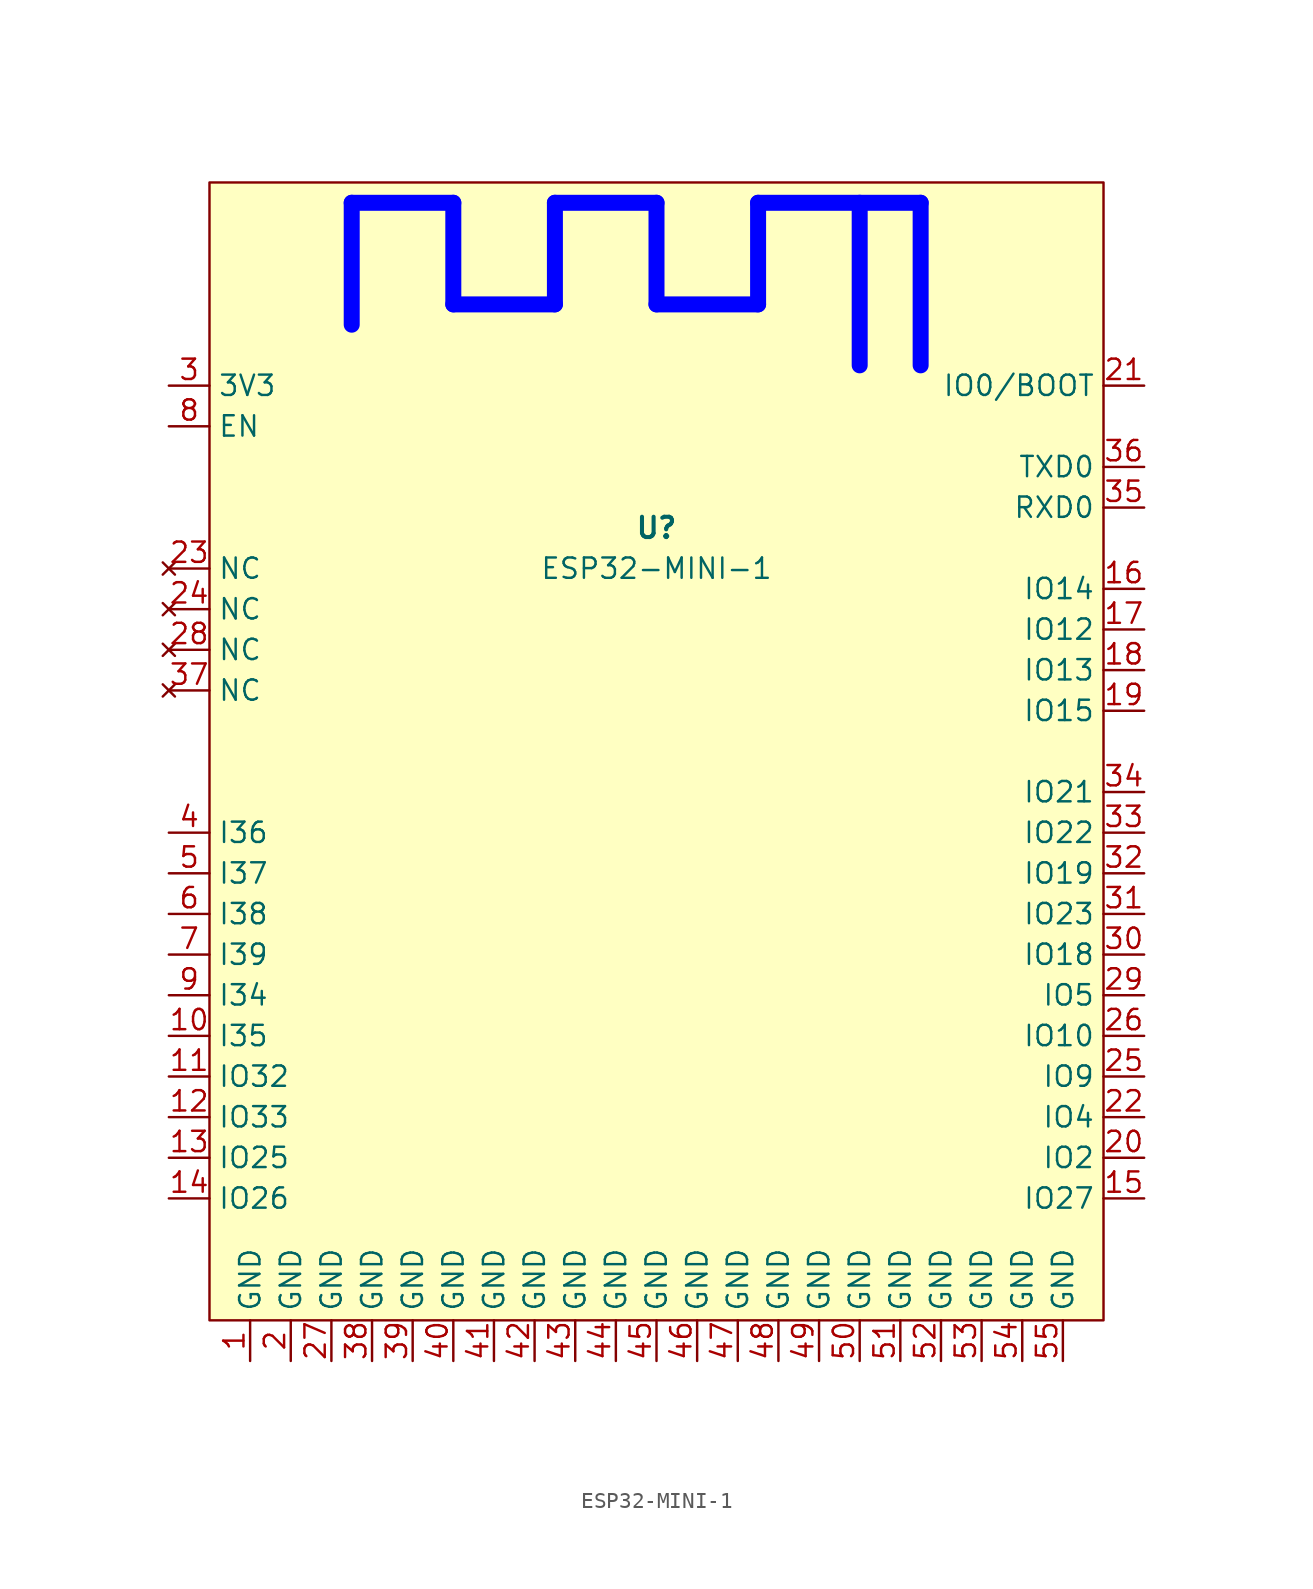
<source format=kicad_sym>
(kicad_symbol_lib
  (version 20231120)
  (generator "kicad_symbol_editor")
  (generator_version "8.0")
  (symbol "ESP32-MINI-1"
    (property "Reference" "U"
      (at 0 13.97 0)
      (effects (font (size 1.27 1.27) (bold yes))))
    (property "Value" "ESP32-MINI-1"
      (at 0 11.43 0)
      (effects (font (size 1.27 1.27))))
    (symbol "ESP32-MINI-1_0_1"
      (polyline (pts (xy -19.05 34.29) (xy -19.05 26.67)) (stroke (width 1) (type default) (color 0 0 255 1)) (fill (type none)))
      (polyline (pts (xy -12.7 27.94) (xy -12.7 34.29)) (stroke (width 1) (type default) (color 0 0 255 1)) (fill (type none)))
      (polyline (pts (xy -12.7 34.29) (xy -19.05 34.29)) (stroke (width 1) (type default) (color 0 0 255 1)) (fill (type none)))
      (polyline (pts (xy -6.35 27.94) (xy -12.7 27.94)) (stroke (width 1) (type default) (color 0 0 255 1)) (fill (type none)))
      (polyline (pts (xy -6.35 34.29) (xy -6.35 27.94)) (stroke (width 1) (type default) (color 0 0 255 1)) (fill (type none)))
      (polyline (pts (xy 0 34.29) (xy -6.35 34.29)) (stroke (width 1) (type default) (color 0 0 255 1)) (fill (type none)))
      (polyline (pts (xy 0 34.29) (xy 0 27.94)) (stroke (width 1) (type default) (color 0 0 255 1)) (fill (type none)))
      (polyline (pts (xy 6.35 27.94) (xy 0 27.94)) (stroke (width 1) (type default) (color 0 0 255 1)) (fill (type none)))
      (polyline (pts (xy 6.35 34.29) (xy 6.35 27.94)) (stroke (width 1) (type default) (color 0 0 255 1)) (fill (type none)))
      (polyline (pts (xy 12.7 24.13) (xy 12.7 34.29)) (stroke (width 1) (type default) (color 0 0 255 1)) (fill (type none)))
      (polyline (pts (xy 16.51 24.13) (xy 16.51 34.29)) (stroke (width 1) (type default) (color 0 0 255 1)) (fill (type none)))
      (polyline (pts (xy 16.51 34.29) (xy 6.35 34.29)) (stroke (width 1) (type default) (color 0 0 255 1)) (fill (type none))))
    (symbol "ESP32-MINI-1_1_1"
      (rectangle (start -27.94 35.56) (end 27.94 -35.56) (stroke (width 0) (type default)) (fill (type background)))
      (pin power_in line (at -25.4 -38.1 90) (length 2.54) (name "GND" (effects (font (size 1.27 1.27)))) (number "1" (effects (font (size 1.27 1.27)))))
      (pin input line (at -30.48 -17.78 0) (length 2.54) (name "I35" (effects (font (size 1.27 1.27)))) (number "10" (effects (font (size 1.27 1.27)))))
      (pin bidirectional line (at -30.48 -20.32 0) (length 2.54) (name "IO32" (effects (font (size 1.27 1.27)))) (number "11" (effects (font (size 1.27 1.27)))))
      (pin bidirectional line (at -30.48 -22.86 0) (length 2.54) (name "IO33" (effects (font (size 1.27 1.27)))) (number "12" (effects (font (size 1.27 1.27)))))
      (pin bidirectional line (at -30.48 -25.4 0) (length 2.54) (name "IO25" (effects (font (size 1.27 1.27)))) (number "13" (effects (font (size 1.27 1.27)))))
      (pin bidirectional line (at -30.48 -27.94 0) (length 2.54) (name "IO26" (effects (font (size 1.27 1.27)))) (number "14" (effects (font (size 1.27 1.27)))))
      (pin bidirectional line (at 30.48 -27.94 180) (length 2.54) (name "IO27" (effects (font (size 1.27 1.27)))) (number "15" (effects (font (size 1.27 1.27)))))
      (pin bidirectional line (at 30.48 10.16 180) (length 2.54) (name "IO14" (effects (font (size 1.27 1.27)))) (number "16" (effects (font (size 1.27 1.27)))))
      (pin bidirectional line (at 30.48 7.62 180) (length 2.54) (name "IO12" (effects (font (size 1.27 1.27)))) (number "17" (effects (font (size 1.27 1.27)))))
      (pin bidirectional line (at 30.48 5.08 180) (length 2.54) (name "IO13" (effects (font (size 1.27 1.27)))) (number "18" (effects (font (size 1.27 1.27)))))
      (pin bidirectional line (at 30.48 2.54 180) (length 2.54) (name "IO15" (effects (font (size 1.27 1.27)))) (number "19" (effects (font (size 1.27 1.27)))))
      (pin power_in line (at -22.86 -38.1 90) (length 2.54) (name "GND" (effects (font (size 1.27 1.27)))) (number "2" (effects (font (size 1.27 1.27)))))
      (pin bidirectional line (at 30.48 -25.4 180) (length 2.54) (name "IO2" (effects (font (size 1.27 1.27)))) (number "20" (effects (font (size 1.27 1.27)))))
      (pin bidirectional line (at 30.48 22.86 180) (length 2.54) (name "IO0/BOOT" (effects (font (size 1.27 1.27)))) (number "21" (effects (font (size 1.27 1.27)))))
      (pin bidirectional line (at 30.48 -22.86 180) (length 2.54) (name "IO4" (effects (font (size 1.27 1.27)))) (number "22" (effects (font (size 1.27 1.27)))))
      (pin no_connect line (at -30.48 11.43 0) (length 2.54) (name "NC" (effects (font (size 1.27 1.27)))) (number "23" (effects (font (size 1.27 1.27)))))
      (pin no_connect line (at -30.48 8.89 0) (length 2.54) (name "NC" (effects (font (size 1.27 1.27)))) (number "24" (effects (font (size 1.27 1.27)))))
      (pin bidirectional line (at 30.48 -20.32 180) (length 2.54) (name "IO9" (effects (font (size 1.27 1.27)))) (number "25" (effects (font (size 1.27 1.27)))))
      (pin bidirectional line (at 30.48 -17.78 180) (length 2.54) (name "IO10" (effects (font (size 1.27 1.27)))) (number "26" (effects (font (size 1.27 1.27)))))
      (pin power_in line (at -20.32 -38.1 90) (length 2.54) (name "GND" (effects (font (size 1.27 1.27)))) (number "27" (effects (font (size 1.27 1.27)))))
      (pin no_connect line (at -30.48 6.35 0) (length 2.54) (name "NC" (effects (font (size 1.27 1.27)))) (number "28" (effects (font (size 1.27 1.27)))))
      (pin bidirectional line (at 30.48 -15.24 180) (length 2.54) (name "IO5" (effects (font (size 1.27 1.27)))) (number "29" (effects (font (size 1.27 1.27)))))
      (pin power_in line (at -30.48 22.86 0) (length 2.54) (name "3V3" (effects (font (size 1.27 1.27)))) (number "3" (effects (font (size 1.27 1.27)))))
      (pin bidirectional line (at 30.48 -12.7 180) (length 2.54) (name "IO18" (effects (font (size 1.27 1.27)))) (number "30" (effects (font (size 1.27 1.27)))))
      (pin bidirectional line (at 30.48 -10.16 180) (length 2.54) (name "IO23" (effects (font (size 1.27 1.27)))) (number "31" (effects (font (size 1.27 1.27)))))
      (pin bidirectional line (at 30.48 -7.62 180) (length 2.54) (name "IO19" (effects (font (size 1.27 1.27)))) (number "32" (effects (font (size 1.27 1.27)))))
      (pin bidirectional line (at 30.48 -5.08 180) (length 2.54) (name "IO22" (effects (font (size 1.27 1.27)))) (number "33" (effects (font (size 1.27 1.27)))))
      (pin bidirectional line (at 30.48 -2.54 180) (length 2.54) (name "IO21" (effects (font (size 1.27 1.27)))) (number "34" (effects (font (size 1.27 1.27)))))
      (pin bidirectional line (at 30.48 15.24 180) (length 2.54) (name "RXD0" (effects (font (size 1.27 1.27)))) (number "35" (effects (font (size 1.27 1.27)))))
      (pin bidirectional line (at 30.48 17.78 180) (length 2.54) (name "TXD0" (effects (font (size 1.27 1.27)))) (number "36" (effects (font (size 1.27 1.27)))))
      (pin no_connect line (at -30.48 3.81 0) (length 2.54) (name "NC" (effects (font (size 1.27 1.27)))) (number "37" (effects (font (size 1.27 1.27)))))
      (pin power_in line (at -17.78 -38.1 90) (length 2.54) (name "GND" (effects (font (size 1.27 1.27)))) (number "38" (effects (font (size 1.27 1.27)))))
      (pin power_in line (at -15.24 -38.1 90) (length 2.54) (name "GND" (effects (font (size 1.27 1.27)))) (number "39" (effects (font (size 1.27 1.27)))))
      (pin input line (at -30.48 -5.08 0) (length 2.54) (name "I36" (effects (font (size 1.27 1.27)))) (number "4" (effects (font (size 1.27 1.27)))))
      (pin power_in line (at -12.7 -38.1 90) (length 2.54) (name "GND" (effects (font (size 1.27 1.27)))) (number "40" (effects (font (size 1.27 1.27)))))
      (pin power_in line (at -10.16 -38.1 90) (length 2.54) (name "GND" (effects (font (size 1.27 1.27)))) (number "41" (effects (font (size 1.27 1.27)))))
      (pin power_in line (at -7.62 -38.1 90) (length 2.54) (name "GND" (effects (font (size 1.27 1.27)))) (number "42" (effects (font (size 1.27 1.27)))))
      (pin power_in line (at -5.08 -38.1 90) (length 2.54) (name "GND" (effects (font (size 1.27 1.27)))) (number "43" (effects (font (size 1.27 1.27)))))
      (pin power_in line (at -2.54 -38.1 90) (length 2.54) (name "GND" (effects (font (size 1.27 1.27)))) (number "44" (effects (font (size 1.27 1.27)))))
      (pin power_in line (at 0 -38.1 90) (length 2.54) (name "GND" (effects (font (size 1.27 1.27)))) (number "45" (effects (font (size 1.27 1.27)))))
      (pin power_in line (at 2.54 -38.1 90) (length 2.54) (name "GND" (effects (font (size 1.27 1.27)))) (number "46" (effects (font (size 1.27 1.27)))))
      (pin power_in line (at 5.08 -38.1 90) (length 2.54) (name "GND" (effects (font (size 1.27 1.27)))) (number "47" (effects (font (size 1.27 1.27)))))
      (pin power_in line (at 7.62 -38.1 90) (length 2.54) (name "GND" (effects (font (size 1.27 1.27)))) (number "48" (effects (font (size 1.27 1.27)))))
      (pin power_in line (at 10.16 -38.1 90) (length 2.54) (name "GND" (effects (font (size 1.27 1.27)))) (number "49" (effects (font (size 1.27 1.27)))))
      (pin input line (at -30.48 -7.62 0) (length 2.54) (name "I37" (effects (font (size 1.27 1.27)))) (number "5" (effects (font (size 1.27 1.27)))))
      (pin power_in line (at 12.7 -38.1 90) (length 2.54) (name "GND" (effects (font (size 1.27 1.27)))) (number "50" (effects (font (size 1.27 1.27)))))
      (pin power_in line (at 15.24 -38.1 90) (length 2.54) (name "GND" (effects (font (size 1.27 1.27)))) (number "51" (effects (font (size 1.27 1.27)))))
      (pin power_in line (at 17.78 -38.1 90) (length 2.54) (name "GND" (effects (font (size 1.27 1.27)))) (number "52" (effects (font (size 1.27 1.27)))))
      (pin power_in line (at 20.32 -38.1 90) (length 2.54) (name "GND" (effects (font (size 1.27 1.27)))) (number "53" (effects (font (size 1.27 1.27)))))
      (pin power_in line (at 22.86 -38.1 90) (length 2.54) (name "GND" (effects (font (size 1.27 1.27)))) (number "54" (effects (font (size 1.27 1.27)))))
      (pin power_in line (at 25.4 -38.1 90) (length 2.54) (name "GND" (effects (font (size 1.27 1.27)))) (number "55" (effects (font (size 1.27 1.27)))))
      (pin input line (at -30.48 -10.16 0) (length 2.54) (name "I38" (effects (font (size 1.27 1.27)))) (number "6" (effects (font (size 1.27 1.27)))))
      (pin input line (at -30.48 -12.7 0) (length 2.54) (name "I39" (effects (font (size 1.27 1.27)))) (number "7" (effects (font (size 1.27 1.27)))))
      (pin input line (at -30.48 20.32 0) (length 2.54) (name "EN" (effects (font (size 1.27 1.27)))) (number "8" (effects (font (size 1.27 1.27)))))
      (pin input line (at -30.48 -15.24 0) (length 2.54) (name "I34" (effects (font (size 1.27 1.27)))) (number "9" (effects (font (size 1.27 1.27))))))))
</source>
